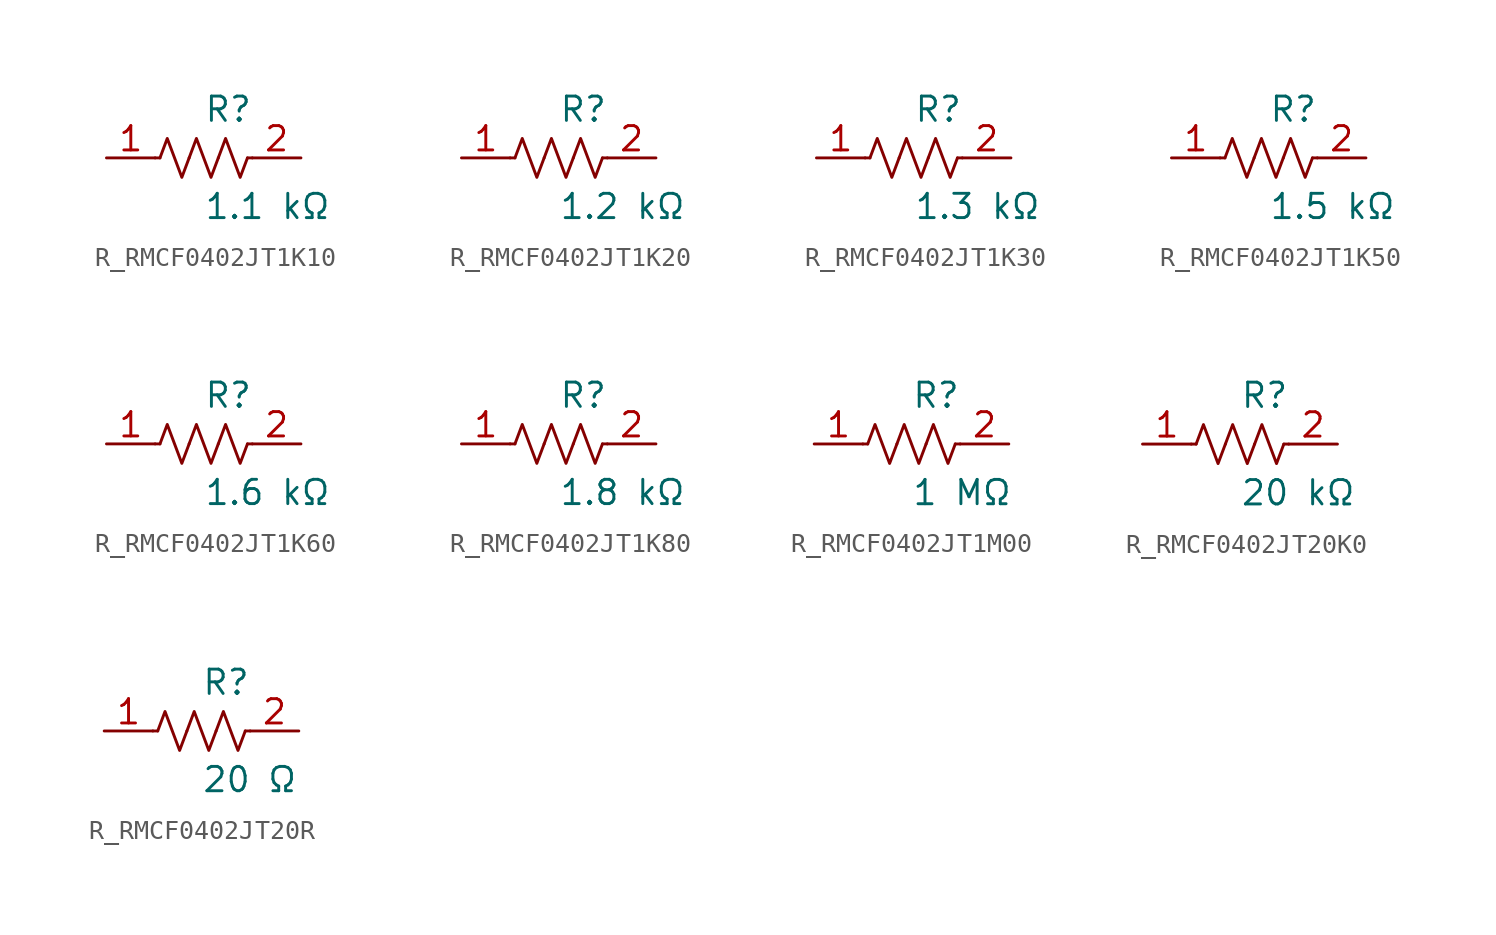
<source format=kicad_sym>
(kicad_symbol_lib
  (version 20231120)
  (generator kicad_symbol_editor)
  (generator_version 8.0)
  (symbol "R_RMCF0402JT1K10"
    (pin_names
      (offset 0.254))
    (property "Reference" "R"
      (at 0 2.54 0)
      (effects (font (size 1.27 1.27)) (justify left)))
    (property "Value" "1.1 kΩ"
      (at 0 -2.54 0)
      (effects (font (size 1.27 1.27)) (justify left)))
    (symbol "R_RMCF0402JT1K10_0_1"
      (polyline (pts (xy 2.286 0) (xy 2.54 0)) (stroke (width 0) (type default)) (fill (type none)))
      (polyline (pts (xy -2.286 0) (xy -2.54 0)) (stroke (width 0) (type default)) (fill (type none)))
      (polyline (pts (xy 0.762 0) (xy 1.143 1.016) (xy 1.524 0) (xy 1.905 -1.016) (xy 2.286 0)) (stroke (width 0) (type default)) (fill (type none)))
      (polyline (pts (xy -0.762 0) (xy -0.381 1.016) (xy 0 0) (xy 0.381 -1.016) (xy 0.762 0)) (stroke (width 0) (type default)) (fill (type none)))
      (polyline (pts (xy -2.286 0) (xy -1.905 1.016) (xy -1.524 0) (xy -1.143 -1.016) (xy -0.762 0)) (stroke (width 0) (type default)) (fill (type none))))
    (pin unspecified line
      (at -5.08 0 0)
      (length 2.54)
      (name "" (effects (font (size 1.27 1.27))))
      (number "1" (effects (font (size 1.27 1.27)))))
    (pin unspecified line
      (at 5.08 0 180)
      (length 2.54)
      (name "" (effects (font (size 1.27 1.27))))
      (number "2" (effects (font (size 1.27 1.27))))))
  (symbol "R_RMCF0402JT1K20"
    (pin_names
      (offset 0.254))
    (property "Reference" "R"
      (at 0 2.54 0)
      (effects (font (size 1.27 1.27)) (justify left)))
    (property "Value" "1.2 kΩ"
      (at 0 -2.54 0)
      (effects (font (size 1.27 1.27)) (justify left)))
    (symbol "R_RMCF0402JT1K20_0_1"
      (polyline (pts (xy 2.286 0) (xy 2.54 0)) (stroke (width 0) (type default)) (fill (type none)))
      (polyline (pts (xy -2.286 0) (xy -2.54 0)) (stroke (width 0) (type default)) (fill (type none)))
      (polyline (pts (xy 0.762 0) (xy 1.143 1.016) (xy 1.524 0) (xy 1.905 -1.016) (xy 2.286 0)) (stroke (width 0) (type default)) (fill (type none)))
      (polyline (pts (xy -0.762 0) (xy -0.381 1.016) (xy 0 0) (xy 0.381 -1.016) (xy 0.762 0)) (stroke (width 0) (type default)) (fill (type none)))
      (polyline (pts (xy -2.286 0) (xy -1.905 1.016) (xy -1.524 0) (xy -1.143 -1.016) (xy -0.762 0)) (stroke (width 0) (type default)) (fill (type none))))
    (pin unspecified line
      (at -5.08 0 0)
      (length 2.54)
      (name "" (effects (font (size 1.27 1.27))))
      (number "1" (effects (font (size 1.27 1.27)))))
    (pin unspecified line
      (at 5.08 0 180)
      (length 2.54)
      (name "" (effects (font (size 1.27 1.27))))
      (number "2" (effects (font (size 1.27 1.27))))))
  (symbol "R_RMCF0402JT1K30"
    (pin_names
      (offset 0.254))
    (property "Reference" "R"
      (at 0 2.54 0)
      (effects (font (size 1.27 1.27)) (justify left)))
    (property "Value" "1.3 kΩ"
      (at 0 -2.54 0)
      (effects (font (size 1.27 1.27)) (justify left)))
    (symbol "R_RMCF0402JT1K30_0_1"
      (polyline (pts (xy 2.286 0) (xy 2.54 0)) (stroke (width 0) (type default)) (fill (type none)))
      (polyline (pts (xy -2.286 0) (xy -2.54 0)) (stroke (width 0) (type default)) (fill (type none)))
      (polyline (pts (xy 0.762 0) (xy 1.143 1.016) (xy 1.524 0) (xy 1.905 -1.016) (xy 2.286 0)) (stroke (width 0) (type default)) (fill (type none)))
      (polyline (pts (xy -0.762 0) (xy -0.381 1.016) (xy 0 0) (xy 0.381 -1.016) (xy 0.762 0)) (stroke (width 0) (type default)) (fill (type none)))
      (polyline (pts (xy -2.286 0) (xy -1.905 1.016) (xy -1.524 0) (xy -1.143 -1.016) (xy -0.762 0)) (stroke (width 0) (type default)) (fill (type none))))
    (pin unspecified line
      (at -5.08 0 0)
      (length 2.54)
      (name "" (effects (font (size 1.27 1.27))))
      (number "1" (effects (font (size 1.27 1.27)))))
    (pin unspecified line
      (at 5.08 0 180)
      (length 2.54)
      (name "" (effects (font (size 1.27 1.27))))
      (number "2" (effects (font (size 1.27 1.27))))))
  (symbol "R_RMCF0402JT1K50"
    (pin_names
      (offset 0.254))
    (property "Reference" "R"
      (at 0 2.54 0)
      (effects (font (size 1.27 1.27)) (justify left)))
    (property "Value" "1.5 kΩ"
      (at 0 -2.54 0)
      (effects (font (size 1.27 1.27)) (justify left)))
    (symbol "R_RMCF0402JT1K50_0_1"
      (polyline (pts (xy 2.286 0) (xy 2.54 0)) (stroke (width 0) (type default)) (fill (type none)))
      (polyline (pts (xy -2.286 0) (xy -2.54 0)) (stroke (width 0) (type default)) (fill (type none)))
      (polyline (pts (xy 0.762 0) (xy 1.143 1.016) (xy 1.524 0) (xy 1.905 -1.016) (xy 2.286 0)) (stroke (width 0) (type default)) (fill (type none)))
      (polyline (pts (xy -0.762 0) (xy -0.381 1.016) (xy 0 0) (xy 0.381 -1.016) (xy 0.762 0)) (stroke (width 0) (type default)) (fill (type none)))
      (polyline (pts (xy -2.286 0) (xy -1.905 1.016) (xy -1.524 0) (xy -1.143 -1.016) (xy -0.762 0)) (stroke (width 0) (type default)) (fill (type none))))
    (pin unspecified line
      (at -5.08 0 0)
      (length 2.54)
      (name "" (effects (font (size 1.27 1.27))))
      (number "1" (effects (font (size 1.27 1.27)))))
    (pin unspecified line
      (at 5.08 0 180)
      (length 2.54)
      (name "" (effects (font (size 1.27 1.27))))
      (number "2" (effects (font (size 1.27 1.27))))))
  (symbol "R_RMCF0402JT1K60"
    (pin_names
      (offset 0.254))
    (property "Reference" "R"
      (at 0 2.54 0)
      (effects (font (size 1.27 1.27)) (justify left)))
    (property "Value" "1.6 kΩ"
      (at 0 -2.54 0)
      (effects (font (size 1.27 1.27)) (justify left)))
    (symbol "R_RMCF0402JT1K60_0_1"
      (polyline (pts (xy 2.286 0) (xy 2.54 0)) (stroke (width 0) (type default)) (fill (type none)))
      (polyline (pts (xy -2.286 0) (xy -2.54 0)) (stroke (width 0) (type default)) (fill (type none)))
      (polyline (pts (xy 0.762 0) (xy 1.143 1.016) (xy 1.524 0) (xy 1.905 -1.016) (xy 2.286 0)) (stroke (width 0) (type default)) (fill (type none)))
      (polyline (pts (xy -0.762 0) (xy -0.381 1.016) (xy 0 0) (xy 0.381 -1.016) (xy 0.762 0)) (stroke (width 0) (type default)) (fill (type none)))
      (polyline (pts (xy -2.286 0) (xy -1.905 1.016) (xy -1.524 0) (xy -1.143 -1.016) (xy -0.762 0)) (stroke (width 0) (type default)) (fill (type none))))
    (pin unspecified line
      (at -5.08 0 0)
      (length 2.54)
      (name "" (effects (font (size 1.27 1.27))))
      (number "1" (effects (font (size 1.27 1.27)))))
    (pin unspecified line
      (at 5.08 0 180)
      (length 2.54)
      (name "" (effects (font (size 1.27 1.27))))
      (number "2" (effects (font (size 1.27 1.27))))))
  (symbol "R_RMCF0402JT1K80"
    (pin_names
      (offset 0.254))
    (property "Reference" "R"
      (at 0 2.54 0)
      (effects (font (size 1.27 1.27)) (justify left)))
    (property "Value" "1.8 kΩ"
      (at 0 -2.54 0)
      (effects (font (size 1.27 1.27)) (justify left)))
    (symbol "R_RMCF0402JT1K80_0_1"
      (polyline (pts (xy 2.286 0) (xy 2.54 0)) (stroke (width 0) (type default)) (fill (type none)))
      (polyline (pts (xy -2.286 0) (xy -2.54 0)) (stroke (width 0) (type default)) (fill (type none)))
      (polyline (pts (xy 0.762 0) (xy 1.143 1.016) (xy 1.524 0) (xy 1.905 -1.016) (xy 2.286 0)) (stroke (width 0) (type default)) (fill (type none)))
      (polyline (pts (xy -0.762 0) (xy -0.381 1.016) (xy 0 0) (xy 0.381 -1.016) (xy 0.762 0)) (stroke (width 0) (type default)) (fill (type none)))
      (polyline (pts (xy -2.286 0) (xy -1.905 1.016) (xy -1.524 0) (xy -1.143 -1.016) (xy -0.762 0)) (stroke (width 0) (type default)) (fill (type none))))
    (pin unspecified line
      (at -5.08 0 0)
      (length 2.54)
      (name "" (effects (font (size 1.27 1.27))))
      (number "1" (effects (font (size 1.27 1.27)))))
    (pin unspecified line
      (at 5.08 0 180)
      (length 2.54)
      (name "" (effects (font (size 1.27 1.27))))
      (number "2" (effects (font (size 1.27 1.27))))))
  (symbol "R_RMCF0402JT1M00"
    (pin_names
      (offset 0.254))
    (property "Reference" "R"
      (at 0 2.54 0)
      (effects (font (size 1.27 1.27)) (justify left)))
    (property "Value" "1 MΩ"
      (at 0 -2.54 0)
      (effects (font (size 1.27 1.27)) (justify left)))
    (symbol "R_RMCF0402JT1M00_0_1"
      (polyline (pts (xy 2.286 0) (xy 2.54 0)) (stroke (width 0) (type default)) (fill (type none)))
      (polyline (pts (xy -2.286 0) (xy -2.54 0)) (stroke (width 0) (type default)) (fill (type none)))
      (polyline (pts (xy 0.762 0) (xy 1.143 1.016) (xy 1.524 0) (xy 1.905 -1.016) (xy 2.286 0)) (stroke (width 0) (type default)) (fill (type none)))
      (polyline (pts (xy -0.762 0) (xy -0.381 1.016) (xy 0 0) (xy 0.381 -1.016) (xy 0.762 0)) (stroke (width 0) (type default)) (fill (type none)))
      (polyline (pts (xy -2.286 0) (xy -1.905 1.016) (xy -1.524 0) (xy -1.143 -1.016) (xy -0.762 0)) (stroke (width 0) (type default)) (fill (type none))))
    (pin unspecified line
      (at -5.08 0 0)
      (length 2.54)
      (name "" (effects (font (size 1.27 1.27))))
      (number "1" (effects (font (size 1.27 1.27)))))
    (pin unspecified line
      (at 5.08 0 180)
      (length 2.54)
      (name "" (effects (font (size 1.27 1.27))))
      (number "2" (effects (font (size 1.27 1.27))))))
  (symbol "R_RMCF0402JT20K0"
    (pin_names
      (offset 0.254))
    (property "Reference" "R"
      (at 0 2.54 0)
      (effects (font (size 1.27 1.27)) (justify left)))
    (property "Value" "20 kΩ"
      (at 0 -2.54 0)
      (effects (font (size 1.27 1.27)) (justify left)))
    (symbol "R_RMCF0402JT20K0_0_1"
      (polyline (pts (xy 2.286 0) (xy 2.54 0)) (stroke (width 0) (type default)) (fill (type none)))
      (polyline (pts (xy -2.286 0) (xy -2.54 0)) (stroke (width 0) (type default)) (fill (type none)))
      (polyline (pts (xy 0.762 0) (xy 1.143 1.016) (xy 1.524 0) (xy 1.905 -1.016) (xy 2.286 0)) (stroke (width 0) (type default)) (fill (type none)))
      (polyline (pts (xy -0.762 0) (xy -0.381 1.016) (xy 0 0) (xy 0.381 -1.016) (xy 0.762 0)) (stroke (width 0) (type default)) (fill (type none)))
      (polyline (pts (xy -2.286 0) (xy -1.905 1.016) (xy -1.524 0) (xy -1.143 -1.016) (xy -0.762 0)) (stroke (width 0) (type default)) (fill (type none))))
    (pin unspecified line
      (at -5.08 0 0)
      (length 2.54)
      (name "" (effects (font (size 1.27 1.27))))
      (number "1" (effects (font (size 1.27 1.27)))))
    (pin unspecified line
      (at 5.08 0 180)
      (length 2.54)
      (name "" (effects (font (size 1.27 1.27))))
      (number "2" (effects (font (size 1.27 1.27))))))
  (symbol "R_RMCF0402JT20R"
    (pin_names
      (offset 0.254))
    (property "Reference" "R"
      (at 0 2.54 0)
      (effects (font (size 1.27 1.27)) (justify left)))
    (property "Value" "20 Ω"
      (at 0 -2.54 0)
      (effects (font (size 1.27 1.27)) (justify left)))
    (symbol "R_RMCF0402JT20R_0_1"
      (polyline (pts (xy 2.286 0) (xy 2.54 0)) (stroke (width 0) (type default)) (fill (type none)))
      (polyline (pts (xy -2.286 0) (xy -2.54 0)) (stroke (width 0) (type default)) (fill (type none)))
      (polyline (pts (xy 0.762 0) (xy 1.143 1.016) (xy 1.524 0) (xy 1.905 -1.016) (xy 2.286 0)) (stroke (width 0) (type default)) (fill (type none)))
      (polyline (pts (xy -0.762 0) (xy -0.381 1.016) (xy 0 0) (xy 0.381 -1.016) (xy 0.762 0)) (stroke (width 0) (type default)) (fill (type none)))
      (polyline (pts (xy -2.286 0) (xy -1.905 1.016) (xy -1.524 0) (xy -1.143 -1.016) (xy -0.762 0)) (stroke (width 0) (type default)) (fill (type none))))
    (pin unspecified line
      (at -5.08 0 0)
      (length 2.54)
      (name "" (effects (font (size 1.27 1.27))))
      (number "1" (effects (font (size 1.27 1.27)))))
    (pin unspecified line
      (at 5.08 0 180)
      (length 2.54)
      (name "" (effects (font (size 1.27 1.27))))
      (number "2" (effects (font (size 1.27 1.27)))))))
</source>
